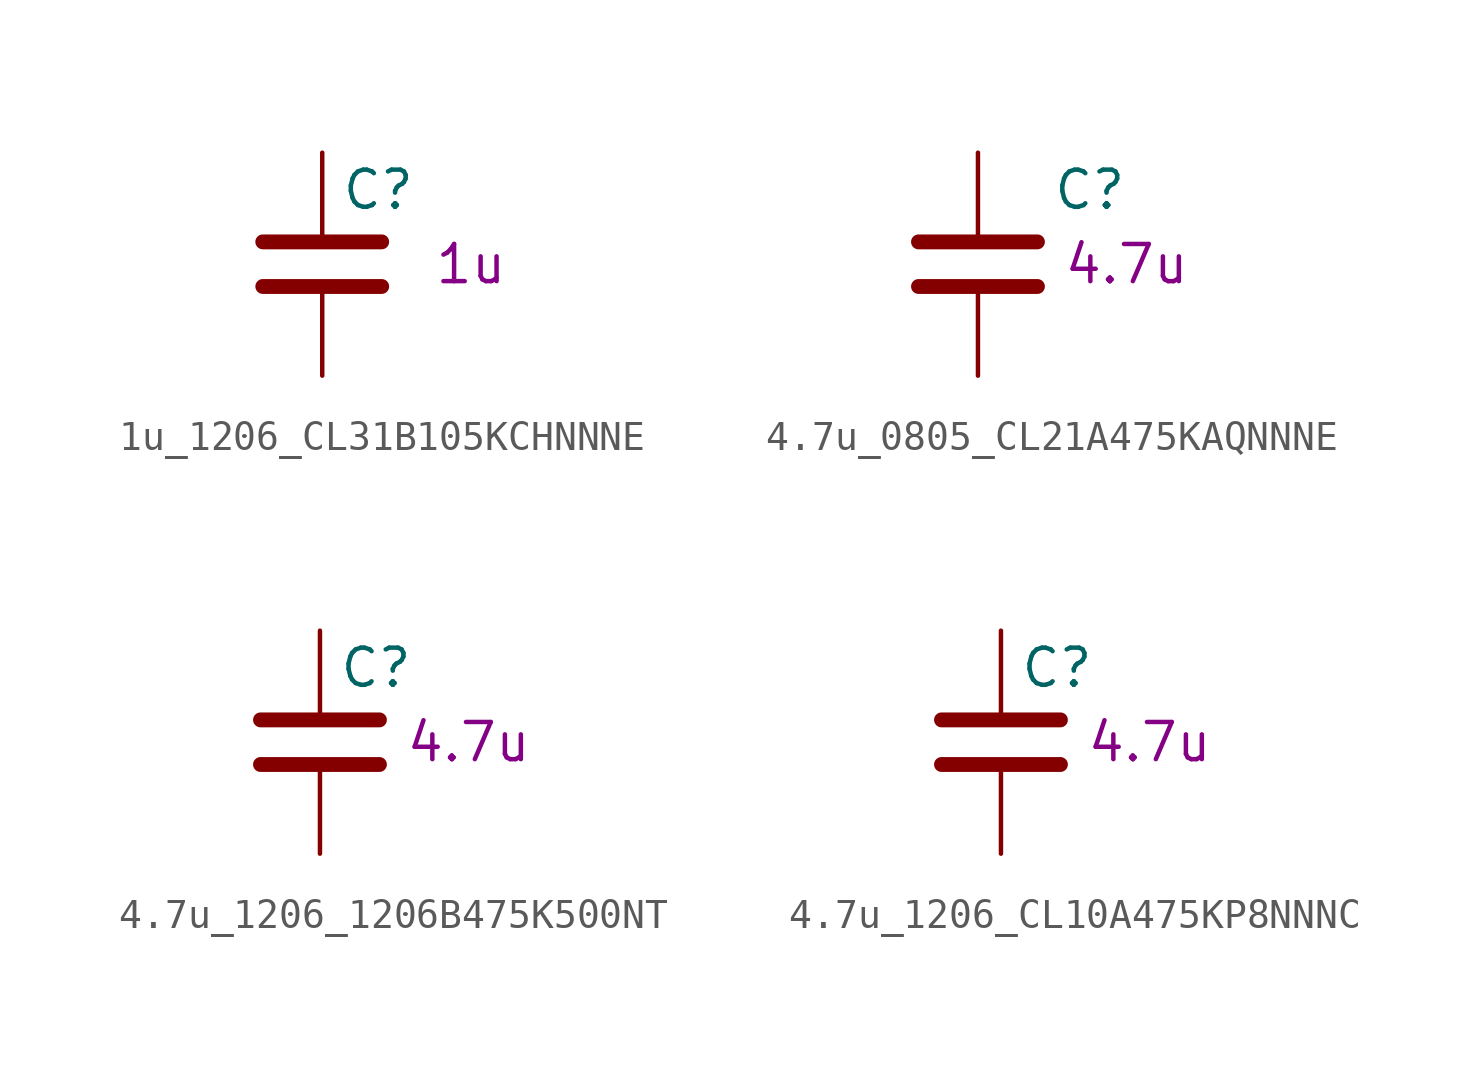
<source format=kicad_sym>
(kicad_symbol_lib
  (version 20231120)
  (generator "kicad_symbol_editor")
  (generator_version "8.0")
  (symbol "1u_1206_CL31B105KCHNNNE"
    (pin_numbers hide)
    (pin_names
      (offset 0.254))
    (property "Reference" "C"
      (at 0.635 2.54 0)
      (effects (font (size 1.27 1.27)) (justify left)))
    (property "UserValue" "1u"
      (at 5.08 0 0)
      (effects (font (size 1.27 1.27))))
    (symbol "1u_1206_CL31B105KCHNNNE_0_1"
      (polyline (pts (xy -2.032 -0.762) (xy 2.032 -0.762)) (stroke (width 0.508) (type default)) (fill (type none)))
      (polyline (pts (xy -2.032 0.762) (xy 2.032 0.762)) (stroke (width 0.508) (type default)) (fill (type none))))
    (symbol "1u_1206_CL31B105KCHNNNE_1_1"
      (pin passive line (at 0 3.81 270) (length 2.794) (name "~" (effects (font (size 1.27 1.27)))) (number "1" (effects (font (size 1.27 1.27)))))
      (pin passive line (at 0 -3.81 90) (length 2.794) (name "~" (effects (font (size 1.27 1.27)))) (number "2" (effects (font (size 1.27 1.27)))))))
  (symbol "4.7u_0805_CL21A475KAQNNNE"
    (pin_numbers hide)
    (pin_names
      (offset 0.254))
    (property "Reference" "C"
      (at 2.54 2.54 0)
      (effects (font (size 1.27 1.27)) (justify left)))
    (property "UserValue" "4.7u"
      (at 5.08 0 0)
      (effects (font (size 1.27 1.27))))
    (symbol "4.7u_0805_CL21A475KAQNNNE_0_1"
      (polyline (pts (xy -2.032 -0.762) (xy 2.032 -0.762)) (stroke (width 0.508) (type default)) (fill (type none)))
      (polyline (pts (xy -2.032 0.762) (xy 2.032 0.762)) (stroke (width 0.508) (type default)) (fill (type none))))
    (symbol "4.7u_0805_CL21A475KAQNNNE_1_1"
      (pin passive line (at 0 3.81 270) (length 2.794) (name "~" (effects (font (size 1.27 1.27)))) (number "1" (effects (font (size 1.27 1.27)))))
      (pin passive line (at 0 -3.81 90) (length 2.794) (name "~" (effects (font (size 1.27 1.27)))) (number "2" (effects (font (size 1.27 1.27)))))))
  (symbol "4.7u_1206_1206B475K500NT"
    (pin_numbers hide)
    (pin_names
      (offset 0.254))
    (property "Reference" "C"
      (at 0.635 2.54 0)
      (effects (font (size 1.27 1.27)) (justify left)))
    (property "UserValue" "4.7u"
      (at 5.08 0 0)
      (effects (font (size 1.27 1.27))))
    (symbol "4.7u_1206_1206B475K500NT_0_1"
      (polyline (pts (xy -2.032 -0.762) (xy 2.032 -0.762)) (stroke (width 0.508) (type default)) (fill (type none)))
      (polyline (pts (xy -2.032 0.762) (xy 2.032 0.762)) (stroke (width 0.508) (type default)) (fill (type none))))
    (symbol "4.7u_1206_1206B475K500NT_1_1"
      (pin passive line (at 0 3.81 270) (length 2.794) (name "~" (effects (font (size 1.27 1.27)))) (number "1" (effects (font (size 1.27 1.27)))))
      (pin passive line (at 0 -3.81 90) (length 2.794) (name "~" (effects (font (size 1.27 1.27)))) (number "2" (effects (font (size 1.27 1.27)))))))
  (symbol "4.7u_1206_CL10A475KP8NNNC"
    (pin_numbers hide)
    (pin_names
      (offset 0.254))
    (property "Reference" "C"
      (at 0.635 2.54 0)
      (effects (font (size 1.27 1.27)) (justify left)))
    (property "UserValue" "4.7u"
      (at 5.08 0 0)
      (effects (font (size 1.27 1.27))))
    (symbol "4.7u_1206_CL10A475KP8NNNC_0_1"
      (polyline (pts (xy -2.032 -0.762) (xy 2.032 -0.762)) (stroke (width 0.508) (type default)) (fill (type none)))
      (polyline (pts (xy -2.032 0.762) (xy 2.032 0.762)) (stroke (width 0.508) (type default)) (fill (type none))))
    (symbol "4.7u_1206_CL10A475KP8NNNC_1_1"
      (pin passive line (at 0 3.81 270) (length 2.794) (name "~" (effects (font (size 1.27 1.27)))) (number "1" (effects (font (size 1.27 1.27)))))
      (pin passive line (at 0 -3.81 90) (length 2.794) (name "~" (effects (font (size 1.27 1.27)))) (number "2" (effects (font (size 1.27 1.27))))))))
</source>
